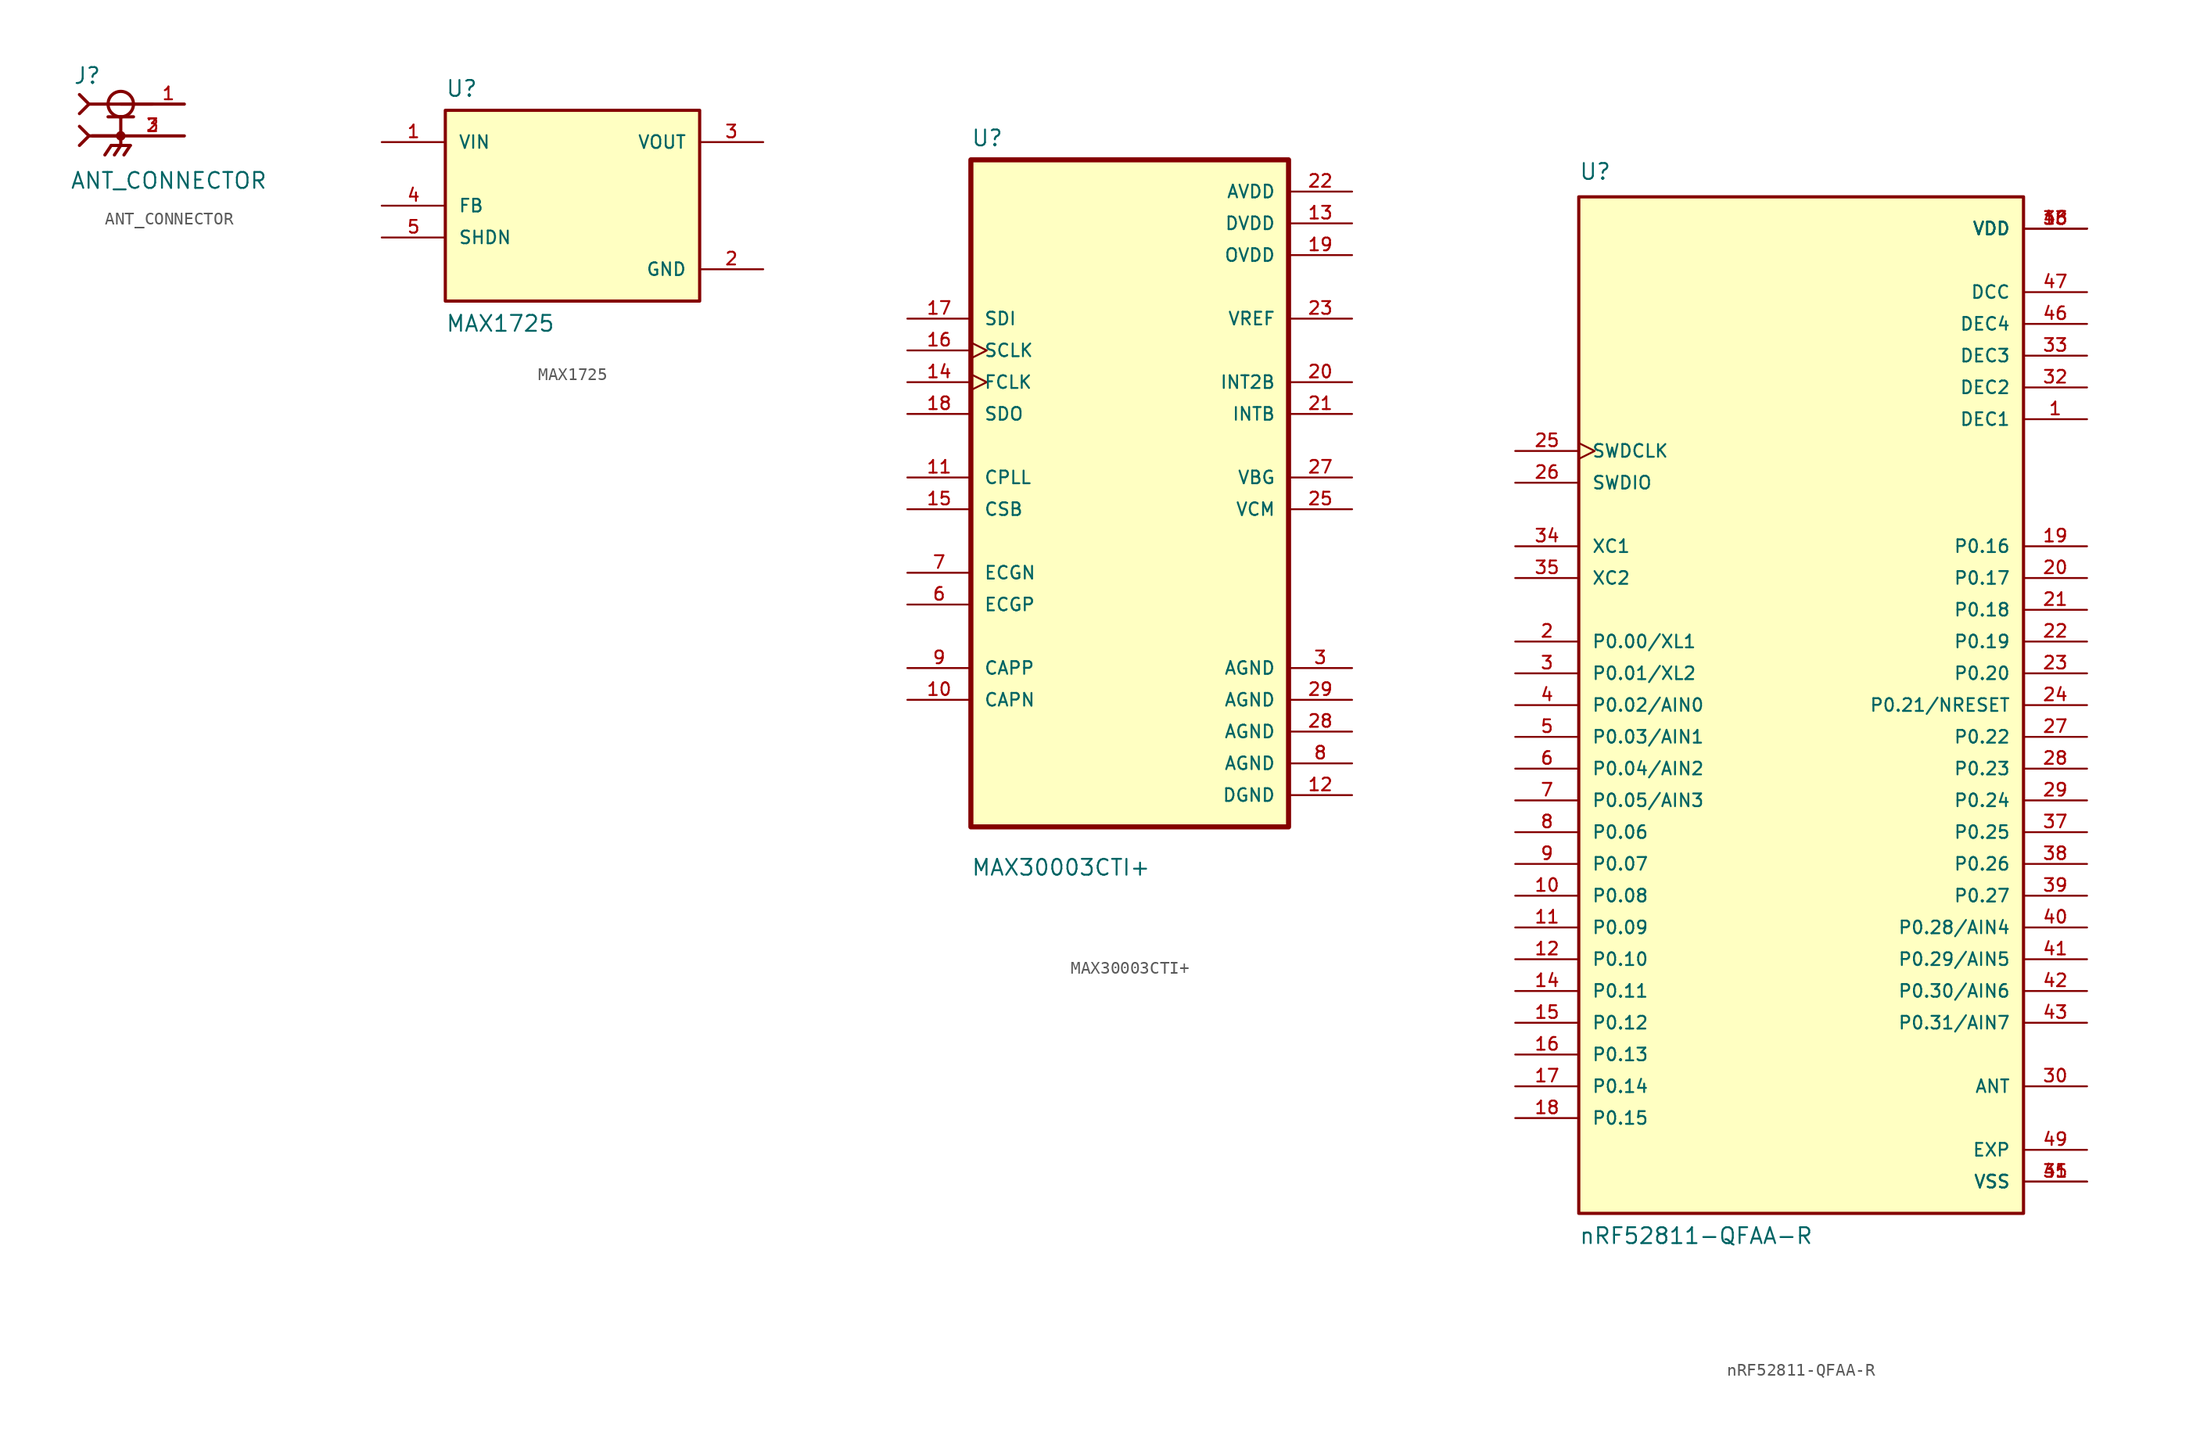
<source format=kicad_sym>
(kicad_symbol_lib
  (version 20211014)
  (generator kicad_symbol_editor)
  (symbol "ANT_CONNECTOR"
    (pin_names
      (offset 1.016))
    (property "Reference" "J"
      (at -3.81 4.064 0)
      (effects (font (size 1.27 1.27)) (justify left bottom)))
    (property "Value" "ANT_CONNECTOR"
      (at -4.064 -4.318 0)
      (effects (font (size 1.27 1.27)) (justify left bottom)))
    (symbol "ANT_CONNECTOR_0_0"
      (polyline (pts (xy -3.302 -0.762) (xy -2.54 0)) (stroke (width 0.254) (type default) (color 0 0 0 0)) (fill (type none)))
      (polyline (pts (xy -3.302 0.762) (xy -2.54 0)) (stroke (width 0.254) (type default) (color 0 0 0 0)) (fill (type none)))
      (polyline (pts (xy -3.302 1.778) (xy -2.54 2.54)) (stroke (width 0.254) (type default) (color 0 0 0 0)) (fill (type none)))
      (polyline (pts (xy -3.302 3.302) (xy -2.54 2.54)) (stroke (width 0.254) (type default) (color 0 0 0 0)) (fill (type none)))
      (polyline (pts (xy -2.54 0) (xy 0 0)) (stroke (width 0.254) (type default) (color 0 0 0 0)) (fill (type none)))
      (polyline (pts (xy -2.54 2.54) (xy 5.08 2.54)) (stroke (width 0.254) (type default) (color 0 0 0 0)) (fill (type none)))
      (polyline (pts (xy -1.016 1.524) (xy 0 1.524)) (stroke (width 0.254) (type default) (color 0 0 0 0)) (fill (type none)))
      (polyline (pts (xy -0.762 -0.762) (xy -1.27 -1.524)) (stroke (width 0.254) (type default) (color 0 0 0 0)) (fill (type none)))
      (polyline (pts (xy 0 -0.762) (xy -0.762 -0.762)) (stroke (width 0.254) (type default) (color 0 0 0 0)) (fill (type none)))
      (polyline (pts (xy 0 -0.762) (xy -0.508 -1.524)) (stroke (width 0.254) (type default) (color 0 0 0 0)) (fill (type none)))
      (polyline (pts (xy 0 -0.762) (xy 0.762 -0.762)) (stroke (width 0.254) (type default) (color 0 0 0 0)) (fill (type none)))
      (polyline (pts (xy 0 0) (xy -2.286 0)) (stroke (width 0.254) (type default) (color 0 0 0 0)) (fill (type none)))
      (polyline (pts (xy 0 0) (xy 0 -0.762)) (stroke (width 0.254) (type default) (color 0 0 0 0)) (fill (type none)))
      (polyline (pts (xy 0 1.524) (xy 0 0)) (stroke (width 0.254) (type default) (color 0 0 0 0)) (fill (type none)))
      (polyline (pts (xy 0 1.524) (xy 1.016 1.524)) (stroke (width 0.254) (type default) (color 0 0 0 0)) (fill (type none)))
      (polyline (pts (xy 0.762 -0.762) (xy 0.254 -1.524)) (stroke (width 0.254) (type default) (color 0 0 0 0)) (fill (type none)))
      (polyline (pts (xy 2.54 2.54) (xy 0 2.54)) (stroke (width 0.254) (type default) (color 0 0 0 0)) (fill (type none)))
      (polyline (pts (xy 5.08 0) (xy 0.254 0)) (stroke (width 0.254) (type default) (color 0 0 0 0)) (fill (type none)))
      (circle (center 0 0) (radius 0.254) (stroke (width 0.254) (type default) (color 0 0 0 0)) (fill (type none)))
      (circle (center 0 2.54) (radius 1.016) (stroke (width 0.254) (type default) (color 0 0 0 0)) (fill (type none)))
      (pin passive line (at 5.08 2.54 180) (length 2.54) (name "~" (effects (font (size 1.016 1.016)))) (number "1" (effects (font (size 1.016 1.016)))))
      (pin passive line (at 5.08 0 180) (length 5.08) (name "~" (effects (font (size 1.016 1.016)))) (number "2" (effects (font (size 1.016 1.016)))))
      (pin passive line (at 5.08 0 180) (length 5.08) (name "~" (effects (font (size 1.016 1.016)))) (number "3" (effects (font (size 1.016 1.016)))))))
  (symbol "MAX1725"
    (pin_names
      (offset 1.016))
    (property "Reference" "U"
      (at -10.16 8.611 0)
      (effects (font (size 1.27 1.27)) (justify left bottom)))
    (property "Value" "MAX1725"
      (at -10.16 -10.16 0)
      (effects (font (size 1.27 1.27)) (justify left bottom)))
    (symbol "MAX1725_0_0"
      (rectangle (start -10.16 -7.62) (end 10.16 7.62) (stroke (width 0.254) (type default) (color 0 0 0 0)) (fill (type background)))
      (pin input line (at -15.24 5.08 0) (length 5.08) (name "VIN" (effects (font (size 1.016 1.016)))) (number "1" (effects (font (size 1.016 1.016)))))
      (pin power_in line (at 15.24 -5.08 180) (length 5.08) (name "GND" (effects (font (size 1.016 1.016)))) (number "2" (effects (font (size 1.016 1.016)))))
      (pin output line (at 15.24 5.08 180) (length 5.08) (name "VOUT" (effects (font (size 1.016 1.016)))) (number "3" (effects (font (size 1.016 1.016)))))
      (pin bidirectional line (at -15.24 0 0) (length 5.08) (name "FB" (effects (font (size 1.016 1.016)))) (number "4" (effects (font (size 1.016 1.016)))))
      (pin input line (at -15.24 -2.54 0) (length 5.08) (name "SHDN" (effects (font (size 1.016 1.016)))) (number "5" (effects (font (size 1.016 1.016)))))))
  (symbol "MAX30003CTI+"
    (pin_names
      (offset 1.016))
    (property "Reference" "U"
      (at -12.7 28.931 0)
      (effects (font (size 1.27 1.27)) (justify left bottom)))
    (property "Value" "MAX30003CTI+"
      (at -12.7 -29.388 0)
      (effects (font (size 1.27 1.27)) (justify left bottom)))
    (symbol "MAX30003CTI+_0_0"
      (rectangle (start -12.7 -25.4) (end 12.7 27.94) (stroke (width 0.406) (type default) (color 0 0 0 0)) (fill (type background)))
      (pin input line (at -17.78 -15.24 0) (length 5.08) (name "CAPN" (effects (font (size 1.016 1.016)))) (number "10" (effects (font (size 1.016 1.016)))))
      (pin input line (at -17.78 2.54 0) (length 5.08) (name "CPLL" (effects (font (size 1.016 1.016)))) (number "11" (effects (font (size 1.016 1.016)))))
      (pin power_in line (at 17.78 -22.86 180) (length 5.08) (name "DGND" (effects (font (size 1.016 1.016)))) (number "12" (effects (font (size 1.016 1.016)))))
      (pin power_in line (at 17.78 22.86 180) (length 5.08) (name "DVDD" (effects (font (size 1.016 1.016)))) (number "13" (effects (font (size 1.016 1.016)))))
      (pin input clock (at -17.78 10.16 0) (length 5.08) (name "FCLK" (effects (font (size 1.016 1.016)))) (number "14" (effects (font (size 1.016 1.016)))))
      (pin input line (at -17.78 0 0) (length 5.08) (name "CSB" (effects (font (size 1.016 1.016)))) (number "15" (effects (font (size 1.016 1.016)))))
      (pin input clock (at -17.78 12.7 0) (length 5.08) (name "SCLK" (effects (font (size 1.016 1.016)))) (number "16" (effects (font (size 1.016 1.016)))))
      (pin input line (at -17.78 15.24 0) (length 5.08) (name "SDI" (effects (font (size 1.016 1.016)))) (number "17" (effects (font (size 1.016 1.016)))))
      (pin output line (at -17.78 7.62 0) (length 5.08) (name "SDO" (effects (font (size 1.016 1.016)))) (number "18" (effects (font (size 1.016 1.016)))))
      (pin power_in line (at 17.78 20.32 180) (length 5.08) (name "OVDD" (effects (font (size 1.016 1.016)))) (number "19" (effects (font (size 1.016 1.016)))))
      (pin output line (at 17.78 10.16 180) (length 5.08) (name "INT2B" (effects (font (size 1.016 1.016)))) (number "20" (effects (font (size 1.016 1.016)))))
      (pin output line (at 17.78 7.62 180) (length 5.08) (name "INTB" (effects (font (size 1.016 1.016)))) (number "21" (effects (font (size 1.016 1.016)))))
      (pin power_in line (at 17.78 25.4 180) (length 5.08) (name "AVDD" (effects (font (size 1.016 1.016)))) (number "22" (effects (font (size 1.016 1.016)))))
      (pin output line (at 17.78 15.24 180) (length 5.08) (name "VREF" (effects (font (size 1.016 1.016)))) (number "23" (effects (font (size 1.016 1.016)))))
      (pin output line (at 17.78 0 180) (length 5.08) (name "VCM" (effects (font (size 1.016 1.016)))) (number "25" (effects (font (size 1.016 1.016)))))
      (pin output line (at 17.78 2.54 180) (length 5.08) (name "VBG" (effects (font (size 1.016 1.016)))) (number "27" (effects (font (size 1.016 1.016)))))
      (pin power_in line (at 17.78 -17.78 180) (length 5.08) (name "AGND" (effects (font (size 1.016 1.016)))) (number "28" (effects (font (size 1.016 1.016)))))
      (pin power_in line (at 17.78 -15.24 180) (length 5.08) (name "AGND" (effects (font (size 1.016 1.016)))) (number "29" (effects (font (size 1.016 1.016)))))
      (pin power_in line (at 17.78 -12.7 180) (length 5.08) (name "AGND" (effects (font (size 1.016 1.016)))) (number "3" (effects (font (size 1.016 1.016)))))
      (pin input line (at -17.78 -7.62 0) (length 5.08) (name "ECGP" (effects (font (size 1.016 1.016)))) (number "6" (effects (font (size 1.016 1.016)))))
      (pin input line (at -17.78 -5.08 0) (length 5.08) (name "ECGN" (effects (font (size 1.016 1.016)))) (number "7" (effects (font (size 1.016 1.016)))))
      (pin power_in line (at 17.78 -20.32 180) (length 5.08) (name "AGND" (effects (font (size 1.016 1.016)))) (number "8" (effects (font (size 1.016 1.016)))))
      (pin input line (at -17.78 -12.7 0) (length 5.08) (name "CAPP" (effects (font (size 1.016 1.016)))) (number "9" (effects (font (size 1.016 1.016)))))))
  (symbol "nRF52811-QFAA-R"
    (pin_names
      (offset 1.016))
    (property "Reference" "U"
      (at -17.78 41.91 0)
      (effects (font (size 1.27 1.27)) (justify left bottom)))
    (property "Value" "nRF52811-QFAA-R"
      (at -17.78 -43.18 0)
      (effects (font (size 1.27 1.27)) (justify left bottom)))
    (symbol "nRF52811-QFAA-R_0_0"
      (rectangle (start -17.78 -40.64) (end 17.78 40.64) (stroke (width 0.254) (type default) (color 0 0 0 0)) (fill (type background)))
      (pin power_in line (at 22.86 22.86 180) (length 5.08) (name "DEC1" (effects (font (size 1.016 1.016)))) (number "1" (effects (font (size 1.016 1.016)))))
      (pin bidirectional line (at -22.86 -15.24 0) (length 5.08) (name "P0.08" (effects (font (size 1.016 1.016)))) (number "10" (effects (font (size 1.016 1.016)))))
      (pin bidirectional line (at -22.86 -17.78 0) (length 5.08) (name "P0.09" (effects (font (size 1.016 1.016)))) (number "11" (effects (font (size 1.016 1.016)))))
      (pin bidirectional line (at -22.86 -20.32 0) (length 5.08) (name "P0.10" (effects (font (size 1.016 1.016)))) (number "12" (effects (font (size 1.016 1.016)))))
      (pin power_in line (at 22.86 38.1 180) (length 5.08) (name "VDD" (effects (font (size 1.016 1.016)))) (number "13" (effects (font (size 1.016 1.016)))))
      (pin bidirectional line (at -22.86 -22.86 0) (length 5.08) (name "P0.11" (effects (font (size 1.016 1.016)))) (number "14" (effects (font (size 1.016 1.016)))))
      (pin bidirectional line (at -22.86 -25.4 0) (length 5.08) (name "P0.12" (effects (font (size 1.016 1.016)))) (number "15" (effects (font (size 1.016 1.016)))))
      (pin bidirectional line (at -22.86 -27.94 0) (length 5.08) (name "P0.13" (effects (font (size 1.016 1.016)))) (number "16" (effects (font (size 1.016 1.016)))))
      (pin bidirectional line (at -22.86 -30.48 0) (length 5.08) (name "P0.14" (effects (font (size 1.016 1.016)))) (number "17" (effects (font (size 1.016 1.016)))))
      (pin bidirectional line (at -22.86 -33.02 0) (length 5.08) (name "P0.15" (effects (font (size 1.016 1.016)))) (number "18" (effects (font (size 1.016 1.016)))))
      (pin bidirectional line (at 22.86 12.7 180) (length 5.08) (name "P0.16" (effects (font (size 1.016 1.016)))) (number "19" (effects (font (size 1.016 1.016)))))
      (pin bidirectional line (at -22.86 5.08 0) (length 5.08) (name "P0.00/XL1" (effects (font (size 1.016 1.016)))) (number "2" (effects (font (size 1.016 1.016)))))
      (pin bidirectional line (at 22.86 10.16 180) (length 5.08) (name "P0.17" (effects (font (size 1.016 1.016)))) (number "20" (effects (font (size 1.016 1.016)))))
      (pin bidirectional line (at 22.86 7.62 180) (length 5.08) (name "P0.18" (effects (font (size 1.016 1.016)))) (number "21" (effects (font (size 1.016 1.016)))))
      (pin bidirectional line (at 22.86 5.08 180) (length 5.08) (name "P0.19" (effects (font (size 1.016 1.016)))) (number "22" (effects (font (size 1.016 1.016)))))
      (pin bidirectional line (at 22.86 2.54 180) (length 5.08) (name "P0.20" (effects (font (size 1.016 1.016)))) (number "23" (effects (font (size 1.016 1.016)))))
      (pin bidirectional line (at 22.86 0 180) (length 5.08) (name "P0.21/NRESET" (effects (font (size 1.016 1.016)))) (number "24" (effects (font (size 1.016 1.016)))))
      (pin input clock (at -22.86 20.32 0) (length 5.08) (name "SWDCLK" (effects (font (size 1.016 1.016)))) (number "25" (effects (font (size 1.016 1.016)))))
      (pin bidirectional line (at -22.86 17.78 0) (length 5.08) (name "SWDIO" (effects (font (size 1.016 1.016)))) (number "26" (effects (font (size 1.016 1.016)))))
      (pin bidirectional line (at 22.86 -2.54 180) (length 5.08) (name "P0.22" (effects (font (size 1.016 1.016)))) (number "27" (effects (font (size 1.016 1.016)))))
      (pin bidirectional line (at 22.86 -5.08 180) (length 5.08) (name "P0.23" (effects (font (size 1.016 1.016)))) (number "28" (effects (font (size 1.016 1.016)))))
      (pin bidirectional line (at 22.86 -7.62 180) (length 5.08) (name "P0.24" (effects (font (size 1.016 1.016)))) (number "29" (effects (font (size 1.016 1.016)))))
      (pin bidirectional line (at -22.86 2.54 0) (length 5.08) (name "P0.01/XL2" (effects (font (size 1.016 1.016)))) (number "3" (effects (font (size 1.016 1.016)))))
      (pin passive line (at 22.86 -30.48 180) (length 5.08) (name "ANT" (effects (font (size 1.016 1.016)))) (number "30" (effects (font (size 1.016 1.016)))))
      (pin power_in line (at 22.86 -38.1 180) (length 5.08) (name "VSS" (effects (font (size 1.016 1.016)))) (number "31" (effects (font (size 1.016 1.016)))))
      (pin power_in line (at 22.86 25.4 180) (length 5.08) (name "DEC2" (effects (font (size 1.016 1.016)))) (number "32" (effects (font (size 1.016 1.016)))))
      (pin power_in line (at 22.86 27.94 180) (length 5.08) (name "DEC3" (effects (font (size 1.016 1.016)))) (number "33" (effects (font (size 1.016 1.016)))))
      (pin input line (at -22.86 12.7 0) (length 5.08) (name "XC1" (effects (font (size 1.016 1.016)))) (number "34" (effects (font (size 1.016 1.016)))))
      (pin input line (at -22.86 10.16 0) (length 5.08) (name "XC2" (effects (font (size 1.016 1.016)))) (number "35" (effects (font (size 1.016 1.016)))))
      (pin power_in line (at 22.86 38.1 180) (length 5.08) (name "VDD" (effects (font (size 1.016 1.016)))) (number "36" (effects (font (size 1.016 1.016)))))
      (pin bidirectional line (at 22.86 -10.16 180) (length 5.08) (name "P0.25" (effects (font (size 1.016 1.016)))) (number "37" (effects (font (size 1.016 1.016)))))
      (pin bidirectional line (at 22.86 -12.7 180) (length 5.08) (name "P0.26" (effects (font (size 1.016 1.016)))) (number "38" (effects (font (size 1.016 1.016)))))
      (pin bidirectional line (at 22.86 -15.24 180) (length 5.08) (name "P0.27" (effects (font (size 1.016 1.016)))) (number "39" (effects (font (size 1.016 1.016)))))
      (pin bidirectional line (at -22.86 0 0) (length 5.08) (name "P0.02/AIN0" (effects (font (size 1.016 1.016)))) (number "4" (effects (font (size 1.016 1.016)))))
      (pin bidirectional line (at 22.86 -17.78 180) (length 5.08) (name "P0.28/AIN4" (effects (font (size 1.016 1.016)))) (number "40" (effects (font (size 1.016 1.016)))))
      (pin bidirectional line (at 22.86 -20.32 180) (length 5.08) (name "P0.29/AIN5" (effects (font (size 1.016 1.016)))) (number "41" (effects (font (size 1.016 1.016)))))
      (pin bidirectional line (at 22.86 -22.86 180) (length 5.08) (name "P0.30/AIN6" (effects (font (size 1.016 1.016)))) (number "42" (effects (font (size 1.016 1.016)))))
      (pin bidirectional line (at 22.86 -25.4 180) (length 5.08) (name "P0.31/AIN7" (effects (font (size 1.016 1.016)))) (number "43" (effects (font (size 1.016 1.016)))))
      (pin power_in line (at 22.86 -38.1 180) (length 5.08) (name "VSS" (effects (font (size 1.016 1.016)))) (number "45" (effects (font (size 1.016 1.016)))))
      (pin power_in line (at 22.86 30.48 180) (length 5.08) (name "DEC4" (effects (font (size 1.016 1.016)))) (number "46" (effects (font (size 1.016 1.016)))))
      (pin power_in line (at 22.86 33.02 180) (length 5.08) (name "DCC" (effects (font (size 1.016 1.016)))) (number "47" (effects (font (size 1.016 1.016)))))
      (pin power_in line (at 22.86 38.1 180) (length 5.08) (name "VDD" (effects (font (size 1.016 1.016)))) (number "48" (effects (font (size 1.016 1.016)))))
      (pin passive line (at 22.86 -35.56 180) (length 5.08) (name "EXP" (effects (font (size 1.016 1.016)))) (number "49" (effects (font (size 1.016 1.016)))))
      (pin bidirectional line (at -22.86 -2.54 0) (length 5.08) (name "P0.03/AIN1" (effects (font (size 1.016 1.016)))) (number "5" (effects (font (size 1.016 1.016)))))
      (pin bidirectional line (at -22.86 -5.08 0) (length 5.08) (name "P0.04/AIN2" (effects (font (size 1.016 1.016)))) (number "6" (effects (font (size 1.016 1.016)))))
      (pin bidirectional line (at -22.86 -7.62 0) (length 5.08) (name "P0.05/AIN3" (effects (font (size 1.016 1.016)))) (number "7" (effects (font (size 1.016 1.016)))))
      (pin bidirectional line (at -22.86 -10.16 0) (length 5.08) (name "P0.06" (effects (font (size 1.016 1.016)))) (number "8" (effects (font (size 1.016 1.016)))))
      (pin bidirectional line (at -22.86 -12.7 0) (length 5.08) (name "P0.07" (effects (font (size 1.016 1.016)))) (number "9" (effects (font (size 1.016 1.016))))))))
</source>
